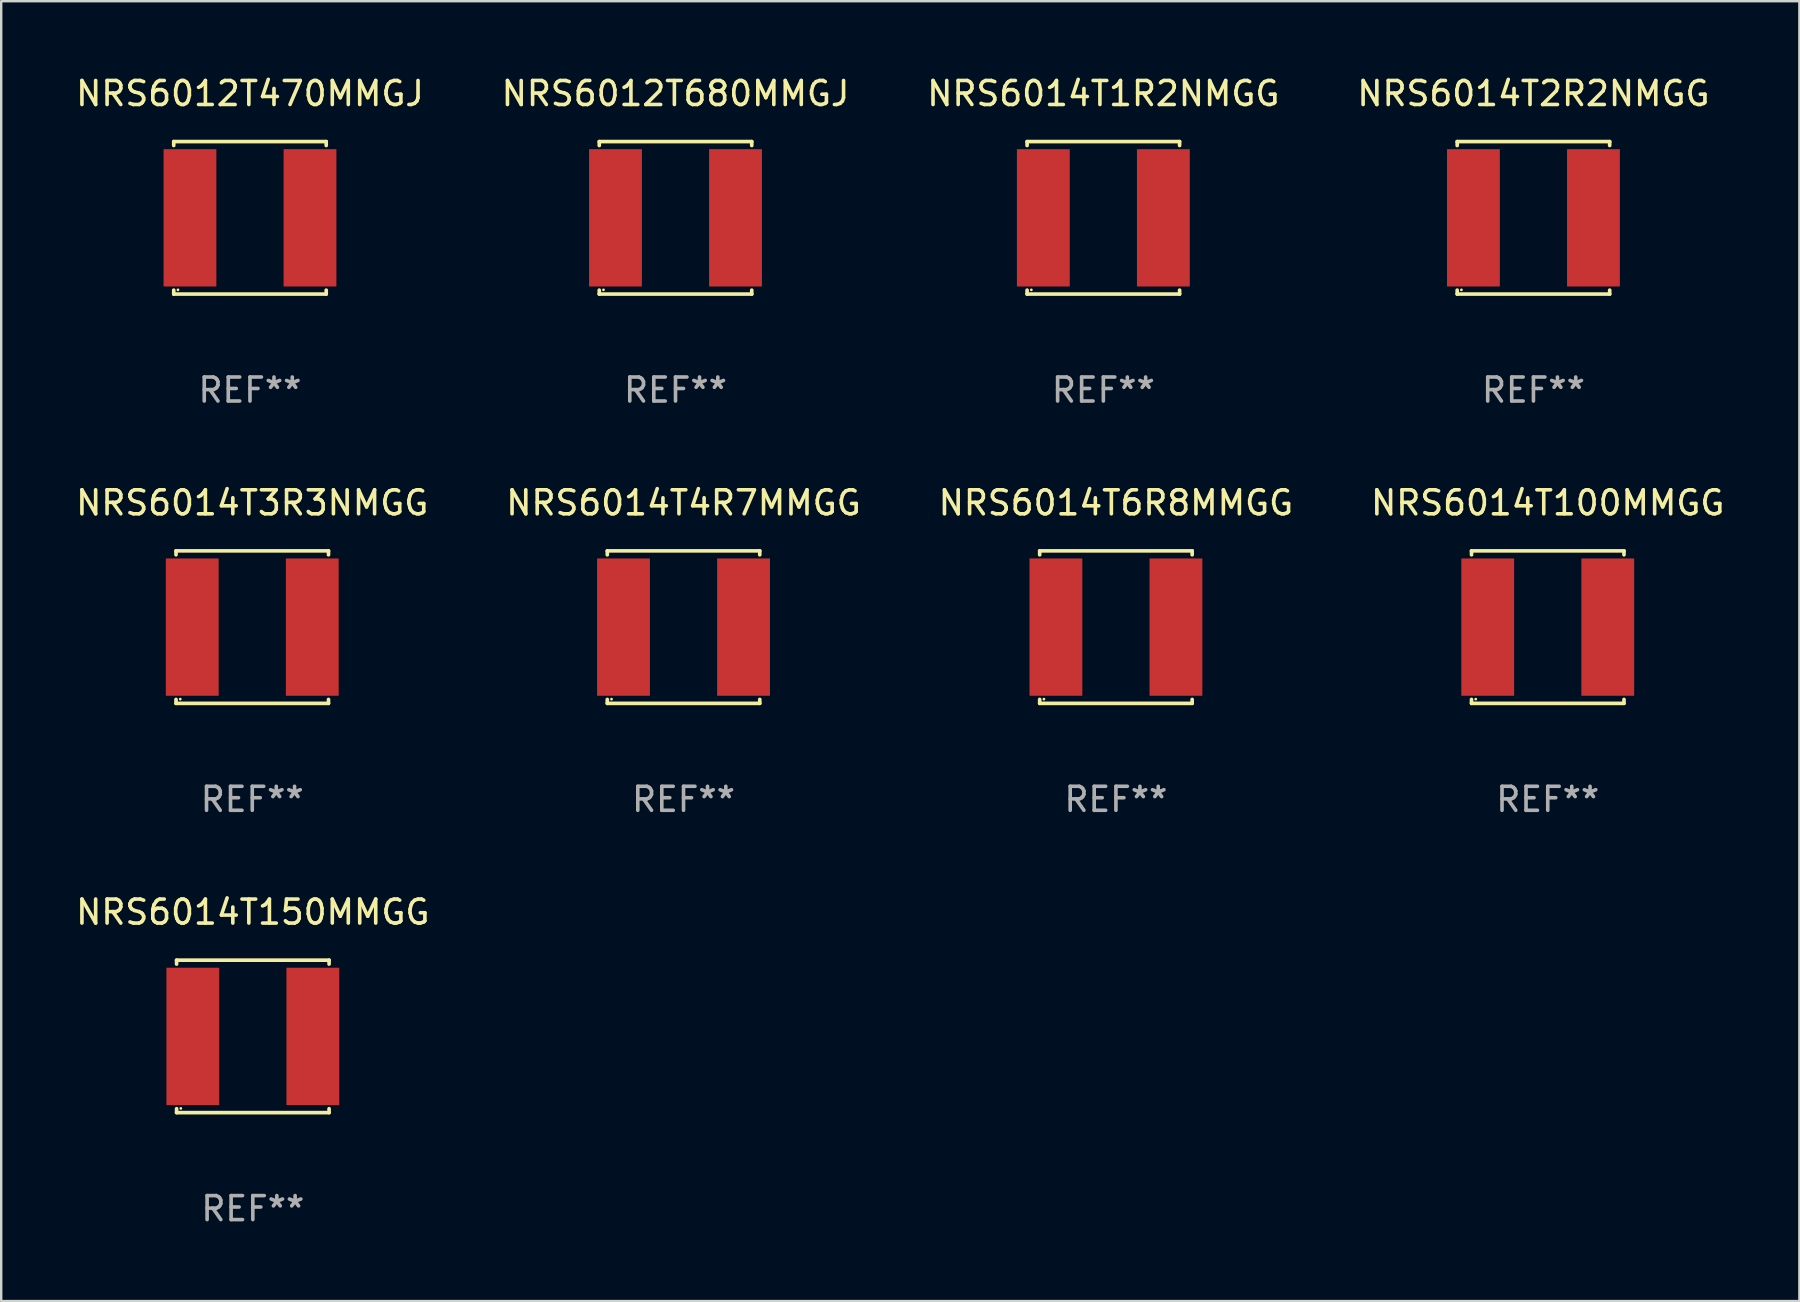
<source format=kicad_pcb>
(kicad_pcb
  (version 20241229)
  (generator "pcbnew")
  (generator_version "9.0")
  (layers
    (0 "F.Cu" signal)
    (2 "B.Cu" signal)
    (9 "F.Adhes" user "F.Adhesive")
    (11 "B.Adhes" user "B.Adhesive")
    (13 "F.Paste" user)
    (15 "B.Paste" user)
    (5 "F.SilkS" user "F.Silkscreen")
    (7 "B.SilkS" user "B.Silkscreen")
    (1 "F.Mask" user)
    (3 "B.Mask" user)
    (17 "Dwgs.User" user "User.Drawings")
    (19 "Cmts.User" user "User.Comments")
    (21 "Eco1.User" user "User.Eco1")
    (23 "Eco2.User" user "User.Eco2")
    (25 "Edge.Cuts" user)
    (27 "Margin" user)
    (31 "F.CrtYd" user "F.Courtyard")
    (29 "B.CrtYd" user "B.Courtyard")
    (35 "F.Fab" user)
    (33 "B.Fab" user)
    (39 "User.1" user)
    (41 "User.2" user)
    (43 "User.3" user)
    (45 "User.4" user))
  (footprint "NRS6012T680MMGJ"
    (layer "F.Cu")
    (at 25.089 6.024)
    (property "Reference" "NRS6012T680MMGJ" (at 0 -5.176 0) (layer "F.SilkS") (effects (font (size 1 1) (thickness 0.15))))
    (attr through_hole)
    (fp_line (start -3.176 -3.176) (end 3.176 -3.176) (stroke (width 0.152) (type solid)) (layer "F.SilkS"))
    (fp_line (start -3.176 -3.012) (end -3.176 -3.176) (stroke (width 0.152) (type solid)) (layer "F.SilkS"))
    (fp_line (start -3.176 3.012) (end -3.176 3.176) (stroke (width 0.152) (type solid)) (layer "F.SilkS"))
    (fp_line (start -3.176 3.176) (end 3.176 3.176) (stroke (width 0.152) (type solid)) (layer "F.SilkS"))
    (fp_line (start 3.176 -3.176) (end 3.176 -3.012) (stroke (width 0.152) (type solid)) (layer "F.SilkS"))
    (fp_line (start 3.176 3.176) (end 3.176 3.012) (stroke (width 0.152) (type solid)) (layer "F.SilkS"))
    (fp_circle (center -3 3) (end -2.97 3) (stroke (width 0.06) (type solid)) (fill no) (layer "F.SilkS"))
    (fp_text user "REF**" (at 0 7.176 0) (layer "F.Fab") (effects (font (size 1 1) (thickness 0.15))))
    (pad "1" smd rect (at -2.5 0) (size 2.2 5.72) (layers "F.Cu" "F.Mask" "F.Paste"))
    (pad "2" smd rect (at 2.5 0) (size 2.2 5.72) (layers "F.Cu" "F.Mask" "F.Paste")))
  (footprint "NRS6014T6R8MMGG"
    (layer "F.Cu")
    (at 43.435 23.073)
    (property "Reference" "NRS6014T6R8MMGG" (at 0 -5.176 0) (layer "F.SilkS") (effects (font (size 1 1) (thickness 0.15))))
    (attr through_hole)
    (fp_line (start -3.176 -3.176) (end 3.176 -3.176) (stroke (width 0.152) (type solid)) (layer "F.SilkS"))
    (fp_line (start -3.176 -3.012) (end -3.176 -3.176) (stroke (width 0.152) (type solid)) (layer "F.SilkS"))
    (fp_line (start -3.176 3.012) (end -3.176 3.176) (stroke (width 0.152) (type solid)) (layer "F.SilkS"))
    (fp_line (start -3.176 3.176) (end 3.176 3.176) (stroke (width 0.152) (type solid)) (layer "F.SilkS"))
    (fp_line (start 3.176 -3.176) (end 3.176 -3.012) (stroke (width 0.152) (type solid)) (layer "F.SilkS"))
    (fp_line (start 3.176 3.176) (end 3.176 3.012) (stroke (width 0.152) (type solid)) (layer "F.SilkS"))
    (fp_circle (center -3 3) (end -2.97 3) (stroke (width 0.06) (type solid)) (fill no) (layer "F.SilkS"))
    (fp_text user "REF**" (at 0 7.176 0) (layer "F.Fab") (effects (font (size 1 1) (thickness 0.15))))
    (pad "1" smd rect (at -2.5 0) (size 2.2 5.72) (layers "F.Cu" "F.Mask" "F.Paste"))
    (pad "2" smd rect (at 2.5 0) (size 2.2 5.72) (layers "F.Cu" "F.Mask" "F.Paste")))
  (footprint "NRS6014T3R3NMGG"
    (layer "F.Cu")
    (at 7.458 23.073)
    (property "Reference" "NRS6014T3R3NMGG" (at 0 -5.176 0) (layer "F.SilkS") (effects (font (size 1 1) (thickness 0.15))))
    (attr through_hole)
    (fp_line (start -3.176 -3.176) (end 3.176 -3.176) (stroke (width 0.152) (type solid)) (layer "F.SilkS"))
    (fp_line (start -3.176 -3.012) (end -3.176 -3.176) (stroke (width 0.152) (type solid)) (layer "F.SilkS"))
    (fp_line (start -3.176 3.012) (end -3.176 3.176) (stroke (width 0.152) (type solid)) (layer "F.SilkS"))
    (fp_line (start -3.176 3.176) (end 3.176 3.176) (stroke (width 0.152) (type solid)) (layer "F.SilkS"))
    (fp_line (start 3.176 -3.176) (end 3.176 -3.012) (stroke (width 0.152) (type solid)) (layer "F.SilkS"))
    (fp_line (start 3.176 3.176) (end 3.176 3.012) (stroke (width 0.152) (type solid)) (layer "F.SilkS"))
    (fp_circle (center -3 3) (end -2.97 3) (stroke (width 0.06) (type solid)) (fill no) (layer "F.SilkS"))
    (fp_text user "REF**" (at 0 7.176 0) (layer "F.Fab") (effects (font (size 1 1) (thickness 0.15))))
    (pad "1" smd rect (at -2.5 0) (size 2.2 5.72) (layers "F.Cu" "F.Mask" "F.Paste"))
    (pad "2" smd rect (at 2.5 0) (size 2.2 5.72) (layers "F.Cu" "F.Mask" "F.Paste")))
  (footprint "NRS6014T1R2NMGG"
    (layer "F.Cu")
    (at 42.911 6.024)
    (property "Reference" "NRS6014T1R2NMGG" (at 0 -5.176 0) (layer "F.SilkS") (effects (font (size 1 1) (thickness 0.15))))
    (attr through_hole)
    (fp_line (start -3.176 -3.176) (end 3.176 -3.176) (stroke (width 0.152) (type solid)) (layer "F.SilkS"))
    (fp_line (start -3.176 -3.012) (end -3.176 -3.176) (stroke (width 0.152) (type solid)) (layer "F.SilkS"))
    (fp_line (start -3.176 3.012) (end -3.176 3.176) (stroke (width 0.152) (type solid)) (layer "F.SilkS"))
    (fp_line (start -3.176 3.176) (end 3.176 3.176) (stroke (width 0.152) (type solid)) (layer "F.SilkS"))
    (fp_line (start 3.176 -3.176) (end 3.176 -3.012) (stroke (width 0.152) (type solid)) (layer "F.SilkS"))
    (fp_line (start 3.176 3.176) (end 3.176 3.012) (stroke (width 0.152) (type solid)) (layer "F.SilkS"))
    (fp_circle (center -3 3) (end -2.97 3) (stroke (width 0.06) (type solid)) (fill no) (layer "F.SilkS"))
    (fp_text user "REF**" (at 0 7.176 0) (layer "F.Fab") (effects (font (size 1 1) (thickness 0.15))))
    (pad "1" smd rect (at -2.5 0) (size 2.2 5.72) (layers "F.Cu" "F.Mask" "F.Paste"))
    (pad "2" smd rect (at 2.5 0) (size 2.2 5.72) (layers "F.Cu" "F.Mask" "F.Paste")))
  (footprint "NRS6014T2R2NMGG"
    (layer "F.Cu")
    (at 60.827 6.024)
    (property "Reference" "NRS6014T2R2NMGG" (at 0 -5.176 0) (layer "F.SilkS") (effects (font (size 1 1) (thickness 0.15))))
    (attr through_hole)
    (fp_line (start -3.176 -3.176) (end 3.176 -3.176) (stroke (width 0.152) (type solid)) (layer "F.SilkS"))
    (fp_line (start -3.176 -3.012) (end -3.176 -3.176) (stroke (width 0.152) (type solid)) (layer "F.SilkS"))
    (fp_line (start -3.176 3.012) (end -3.176 3.176) (stroke (width 0.152) (type solid)) (layer "F.SilkS"))
    (fp_line (start -3.176 3.176) (end 3.176 3.176) (stroke (width 0.152) (type solid)) (layer "F.SilkS"))
    (fp_line (start 3.176 -3.176) (end 3.176 -3.012) (stroke (width 0.152) (type solid)) (layer "F.SilkS"))
    (fp_line (start 3.176 3.176) (end 3.176 3.012) (stroke (width 0.152) (type solid)) (layer "F.SilkS"))
    (fp_circle (center -3 3) (end -2.97 3) (stroke (width 0.06) (type solid)) (fill no) (layer "F.SilkS"))
    (fp_text user "REF**" (at 0 7.176 0) (layer "F.Fab") (effects (font (size 1 1) (thickness 0.15))))
    (pad "1" smd rect (at -2.5 0) (size 2.2 5.72) (layers "F.Cu" "F.Mask" "F.Paste"))
    (pad "2" smd rect (at 2.5 0) (size 2.2 5.72) (layers "F.Cu" "F.Mask" "F.Paste")))
  (footprint "NRS6014T100MMGG"
    (layer "F.Cu")
    (at 61.423 23.073)
    (property "Reference" "NRS6014T100MMGG" (at 0 -5.176 0) (layer "F.SilkS") (effects (font (size 1 1) (thickness 0.15))))
    (attr through_hole)
    (fp_line (start -3.176 -3.176) (end 3.176 -3.176) (stroke (width 0.152) (type solid)) (layer "F.SilkS"))
    (fp_line (start -3.176 -3.012) (end -3.176 -3.176) (stroke (width 0.152) (type solid)) (layer "F.SilkS"))
    (fp_line (start -3.176 3.012) (end -3.176 3.176) (stroke (width 0.152) (type solid)) (layer "F.SilkS"))
    (fp_line (start -3.176 3.176) (end 3.176 3.176) (stroke (width 0.152) (type solid)) (layer "F.SilkS"))
    (fp_line (start 3.176 -3.176) (end 3.176 -3.012) (stroke (width 0.152) (type solid)) (layer "F.SilkS"))
    (fp_line (start 3.176 3.176) (end 3.176 3.012) (stroke (width 0.152) (type solid)) (layer "F.SilkS"))
    (fp_circle (center -3 3) (end -2.97 3) (stroke (width 0.06) (type solid)) (fill no) (layer "F.SilkS"))
    (fp_text user "REF**" (at 0 7.176 0) (layer "F.Fab") (effects (font (size 1 1) (thickness 0.15))))
    (pad "1" smd rect (at -2.5 0) (size 2.2 5.72) (layers "F.Cu" "F.Mask" "F.Paste"))
    (pad "2" smd rect (at 2.5 0) (size 2.2 5.72) (layers "F.Cu" "F.Mask" "F.Paste")))
  (footprint "NRS6014T4R7MMGG"
    (layer "F.Cu")
    (at 25.423 23.073)
    (property "Reference" "NRS6014T4R7MMGG" (at 0 -5.176 0) (layer "F.SilkS") (effects (font (size 1 1) (thickness 0.15))))
    (attr through_hole)
    (fp_line (start -3.176 -3.176) (end 3.176 -3.176) (stroke (width 0.152) (type solid)) (layer "F.SilkS"))
    (fp_line (start -3.176 -3.012) (end -3.176 -3.176) (stroke (width 0.152) (type solid)) (layer "F.SilkS"))
    (fp_line (start -3.176 3.012) (end -3.176 3.176) (stroke (width 0.152) (type solid)) (layer "F.SilkS"))
    (fp_line (start -3.176 3.176) (end 3.176 3.176) (stroke (width 0.152) (type solid)) (layer "F.SilkS"))
    (fp_line (start 3.176 -3.176) (end 3.176 -3.012) (stroke (width 0.152) (type solid)) (layer "F.SilkS"))
    (fp_line (start 3.176 3.176) (end 3.176 3.012) (stroke (width 0.152) (type solid)) (layer "F.SilkS"))
    (fp_circle (center -3 3) (end -2.97 3) (stroke (width 0.06) (type solid)) (fill no) (layer "F.SilkS"))
    (fp_text user "REF**" (at 0 7.176 0) (layer "F.Fab") (effects (font (size 1 1) (thickness 0.15))))
    (pad "1" smd rect (at -2.5 0) (size 2.2 5.72) (layers "F.Cu" "F.Mask" "F.Paste"))
    (pad "2" smd rect (at 2.5 0) (size 2.2 5.72) (layers "F.Cu" "F.Mask" "F.Paste")))
  (footprint "NRS6014T150MMGG"
    (layer "F.Cu")
    (at 7.482 40.122)
    (property "Reference" "NRS6014T150MMGG" (at 0 -5.176 0) (layer "F.SilkS") (effects (font (size 1 1) (thickness 0.15))))
    (attr through_hole)
    (fp_line (start -3.176 -3.176) (end 3.176 -3.176) (stroke (width 0.152) (type solid)) (layer "F.SilkS"))
    (fp_line (start -3.176 -3.012) (end -3.176 -3.176) (stroke (width 0.152) (type solid)) (layer "F.SilkS"))
    (fp_line (start -3.176 3.012) (end -3.176 3.176) (stroke (width 0.152) (type solid)) (layer "F.SilkS"))
    (fp_line (start -3.176 3.176) (end 3.176 3.176) (stroke (width 0.152) (type solid)) (layer "F.SilkS"))
    (fp_line (start 3.176 -3.176) (end 3.176 -3.012) (stroke (width 0.152) (type solid)) (layer "F.SilkS"))
    (fp_line (start 3.176 3.176) (end 3.176 3.012) (stroke (width 0.152) (type solid)) (layer "F.SilkS"))
    (fp_circle (center -3 3) (end -2.97 3) (stroke (width 0.06) (type solid)) (fill no) (layer "F.SilkS"))
    (fp_text user "REF**" (at 0 7.176 0) (layer "F.Fab") (effects (font (size 1 1) (thickness 0.15))))
    (pad "1" smd rect (at -2.5 0) (size 2.2 5.72) (layers "F.Cu" "F.Mask" "F.Paste"))
    (pad "2" smd rect (at 2.5 0) (size 2.2 5.72) (layers "F.Cu" "F.Mask" "F.Paste")))
  (footprint "NRS6012T470MMGJ"
    (layer "F.Cu")
    (at 7.363 6.024)
    (property "Reference" "NRS6012T470MMGJ" (at 0 -5.176 0) (layer "F.SilkS") (effects (font (size 1 1) (thickness 0.15))))
    (attr through_hole)
    (fp_line (start -3.176 -3.176) (end 3.176 -3.176) (stroke (width 0.152) (type solid)) (layer "F.SilkS"))
    (fp_line (start -3.176 -3.012) (end -3.176 -3.176) (stroke (width 0.152) (type solid)) (layer "F.SilkS"))
    (fp_line (start -3.176 3.012) (end -3.176 3.176) (stroke (width 0.152) (type solid)) (layer "F.SilkS"))
    (fp_line (start -3.176 3.176) (end 3.176 3.176) (stroke (width 0.152) (type solid)) (layer "F.SilkS"))
    (fp_line (start 3.176 -3.176) (end 3.176 -3.012) (stroke (width 0.152) (type solid)) (layer "F.SilkS"))
    (fp_line (start 3.176 3.176) (end 3.176 3.012) (stroke (width 0.152) (type solid)) (layer "F.SilkS"))
    (fp_circle (center -3 3) (end -2.97 3) (stroke (width 0.06) (type solid)) (fill no) (layer "F.SilkS"))
    (fp_text user "REF**" (at 0 7.176 0) (layer "F.Fab") (effects (font (size 1 1) (thickness 0.15))))
    (pad "1" smd rect (at -2.5 0) (size 2.2 5.72) (layers "F.Cu" "F.Mask" "F.Paste"))
    (pad "2" smd rect (at 2.5 0) (size 2.2 5.72) (layers "F.Cu" "F.Mask" "F.Paste")))
  (gr_rect
    (start -3 -3)
    (end 71.905 51.147)
    (stroke (width 0.1) (type default))
    (fill no)
    (layer "Edge.Cuts")))
</source>
